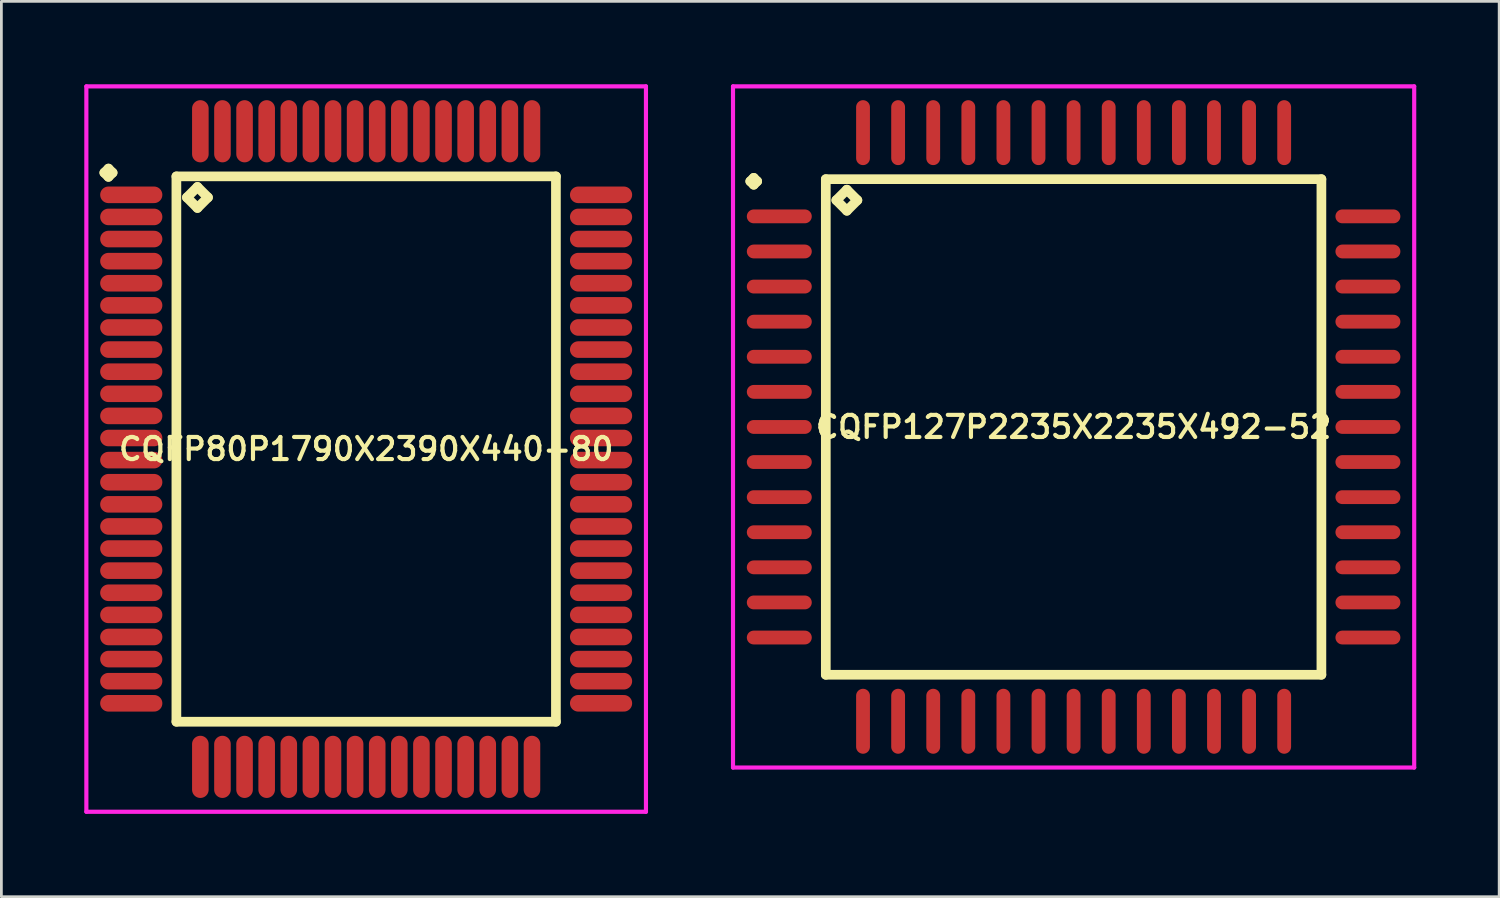
<source format=kicad_pcb>
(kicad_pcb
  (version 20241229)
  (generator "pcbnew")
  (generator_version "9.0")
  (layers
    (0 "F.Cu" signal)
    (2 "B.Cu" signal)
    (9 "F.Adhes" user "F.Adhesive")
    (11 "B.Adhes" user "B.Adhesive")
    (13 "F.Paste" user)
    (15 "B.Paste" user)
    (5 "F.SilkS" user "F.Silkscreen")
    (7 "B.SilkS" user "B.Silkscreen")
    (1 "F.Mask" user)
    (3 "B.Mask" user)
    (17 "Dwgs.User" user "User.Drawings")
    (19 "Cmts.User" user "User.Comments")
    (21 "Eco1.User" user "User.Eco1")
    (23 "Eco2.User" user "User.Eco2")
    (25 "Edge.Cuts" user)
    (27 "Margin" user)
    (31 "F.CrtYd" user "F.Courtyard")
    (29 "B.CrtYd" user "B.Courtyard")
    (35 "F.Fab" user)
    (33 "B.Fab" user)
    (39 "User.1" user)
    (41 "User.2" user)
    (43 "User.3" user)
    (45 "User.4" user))
  (footprint "CQFP80P1790X2390X440-80"
    (layer "F.Cu")
    (at 10.2 13.2)
    (property "Reference" "CQFP80P1790X2390X440-80" (at 0 0 0) (layer "F.SilkS") (effects (font (size 0.8 0.8) (thickness 0.15))))
    (attr smd)
    (fp_line (start -9.475 -10) (end -9.325 -10.15) (stroke (width 0.35) (type solid)) (layer "F.SilkS"))
    (fp_line (start -9.325 -10.15) (end -9.175 -10) (stroke (width 0.35) (type solid)) (layer "F.SilkS"))
    (fp_line (start -9.325 -9.85) (end -9.475 -10) (stroke (width 0.35) (type solid)) (layer "F.SilkS"))
    (fp_line (start -9.175 -10) (end -9.325 -9.85) (stroke (width 0.35) (type solid)) (layer "F.SilkS"))
    (fp_line (start -6.867 -9.867) (end -6.867 9.867) (stroke (width 0.35) (type solid)) (layer "F.SilkS"))
    (fp_line (start -6.867 9.867) (end 6.867 9.867) (stroke (width 0.35) (type solid)) (layer "F.SilkS"))
    (fp_line (start -6.486 -9.105) (end -6.105 -9.486) (stroke (width 0.35) (type solid)) (layer "F.SilkS"))
    (fp_line (start -6.105 -9.486) (end -5.724 -9.105) (stroke (width 0.35) (type solid)) (layer "F.SilkS"))
    (fp_line (start -6.105 -8.724) (end -6.486 -9.105) (stroke (width 0.35) (type solid)) (layer "F.SilkS"))
    (fp_line (start -5.724 -9.105) (end -6.105 -8.724) (stroke (width 0.35) (type solid)) (layer "F.SilkS"))
    (fp_line (start 6.867 -9.867) (end -6.867 -9.867) (stroke (width 0.35) (type solid)) (layer "F.SilkS"))
    (fp_line (start 6.867 9.867) (end 6.867 -9.867) (stroke (width 0.35) (type solid)) (layer "F.SilkS"))
    (fp_line (start -10.125 -13.125) (end 10.125 -13.125) (stroke (width 0.15) (type solid)) (layer "F.CrtYd"))
    (fp_line (start -10.125 13.125) (end -10.125 -13.125) (stroke (width 0.15) (type solid)) (layer "F.CrtYd"))
    (fp_line (start 10.125 -13.125) (end 10.125 13.125) (stroke (width 0.15) (type solid)) (layer "F.CrtYd"))
    (fp_line (start 10.125 13.125) (end -10.125 13.125) (stroke (width 0.15) (type solid)) (layer "F.CrtYd"))
    (pad "1" smd oval (at -8.5 -9.2) (size 2.25 0.6) (layers "F.Cu" "F.Mask" "F.Paste"))
    (pad "2" smd oval (at -8.5 -8.4) (size 2.25 0.6) (layers "F.Cu" "F.Mask" "F.Paste"))
    (pad "3" smd oval (at -8.5 -7.6) (size 2.25 0.6) (layers "F.Cu" "F.Mask" "F.Paste"))
    (pad "4" smd oval (at -8.5 -6.8) (size 2.25 0.6) (layers "F.Cu" "F.Mask" "F.Paste"))
    (pad "5" smd oval (at -8.5 -6) (size 2.25 0.6) (layers "F.Cu" "F.Mask" "F.Paste"))
    (pad "6" smd oval (at -8.5 -5.2) (size 2.25 0.6) (layers "F.Cu" "F.Mask" "F.Paste"))
    (pad "7" smd oval (at -8.5 -4.4) (size 2.25 0.6) (layers "F.Cu" "F.Mask" "F.Paste"))
    (pad "8" smd oval (at -8.5 -3.6) (size 2.25 0.6) (layers "F.Cu" "F.Mask" "F.Paste"))
    (pad "9" smd oval (at -8.5 -2.8) (size 2.25 0.6) (layers "F.Cu" "F.Mask" "F.Paste"))
    (pad "10" smd oval (at -8.5 -2) (size 2.25 0.6) (layers "F.Cu" "F.Mask" "F.Paste"))
    (pad "11" smd oval (at -8.5 -1.2) (size 2.25 0.6) (layers "F.Cu" "F.Mask" "F.Paste"))
    (pad "12" smd oval (at -8.5 -0.4) (size 2.25 0.6) (layers "F.Cu" "F.Mask" "F.Paste"))
    (pad "13" smd oval (at -8.5 0.4) (size 2.25 0.6) (layers "F.Cu" "F.Mask" "F.Paste"))
    (pad "14" smd oval (at -8.5 1.2) (size 2.25 0.6) (layers "F.Cu" "F.Mask" "F.Paste"))
    (pad "15" smd oval (at -8.5 2) (size 2.25 0.6) (layers "F.Cu" "F.Mask" "F.Paste"))
    (pad "16" smd oval (at -8.5 2.8) (size 2.25 0.6) (layers "F.Cu" "F.Mask" "F.Paste"))
    (pad "17" smd oval (at -8.5 3.6) (size 2.25 0.6) (layers "F.Cu" "F.Mask" "F.Paste"))
    (pad "18" smd oval (at -8.5 4.4) (size 2.25 0.6) (layers "F.Cu" "F.Mask" "F.Paste"))
    (pad "19" smd oval (at -8.5 5.2) (size 2.25 0.6) (layers "F.Cu" "F.Mask" "F.Paste"))
    (pad "20" smd oval (at -8.5 6) (size 2.25 0.6) (layers "F.Cu" "F.Mask" "F.Paste"))
    (pad "21" smd oval (at -8.5 6.8) (size 2.25 0.6) (layers "F.Cu" "F.Mask" "F.Paste"))
    (pad "22" smd oval (at -8.5 7.6) (size 2.25 0.6) (layers "F.Cu" "F.Mask" "F.Paste"))
    (pad "23" smd oval (at -8.5 8.4) (size 2.25 0.6) (layers "F.Cu" "F.Mask" "F.Paste"))
    (pad "24" smd oval (at -8.5 9.2) (size 2.25 0.6) (layers "F.Cu" "F.Mask" "F.Paste"))
    (pad "25" smd oval (at -6 11.5) (size 0.6 2.25) (layers "F.Cu" "F.Mask" "F.Paste"))
    (pad "26" smd oval (at -5.2 11.5) (size 0.6 2.25) (layers "F.Cu" "F.Mask" "F.Paste"))
    (pad "27" smd oval (at -4.4 11.5) (size 0.6 2.25) (layers "F.Cu" "F.Mask" "F.Paste"))
    (pad "28" smd oval (at -3.6 11.5) (size 0.6 2.25) (layers "F.Cu" "F.Mask" "F.Paste"))
    (pad "29" smd oval (at -2.8 11.5) (size 0.6 2.25) (layers "F.Cu" "F.Mask" "F.Paste"))
    (pad "30" smd oval (at -2 11.5) (size 0.6 2.25) (layers "F.Cu" "F.Mask" "F.Paste"))
    (pad "31" smd oval (at -1.2 11.5) (size 0.6 2.25) (layers "F.Cu" "F.Mask" "F.Paste"))
    (pad "32" smd oval (at -0.4 11.5) (size 0.6 2.25) (layers "F.Cu" "F.Mask" "F.Paste"))
    (pad "33" smd oval (at 0.4 11.5) (size 0.6 2.25) (layers "F.Cu" "F.Mask" "F.Paste"))
    (pad "34" smd oval (at 1.2 11.5) (size 0.6 2.25) (layers "F.Cu" "F.Mask" "F.Paste"))
    (pad "35" smd oval (at 2 11.5) (size 0.6 2.25) (layers "F.Cu" "F.Mask" "F.Paste"))
    (pad "36" smd oval (at 2.8 11.5) (size 0.6 2.25) (layers "F.Cu" "F.Mask" "F.Paste"))
    (pad "37" smd oval (at 3.6 11.5) (size 0.6 2.25) (layers "F.Cu" "F.Mask" "F.Paste"))
    (pad "38" smd oval (at 4.4 11.5) (size 0.6 2.25) (layers "F.Cu" "F.Mask" "F.Paste"))
    (pad "39" smd oval (at 5.2 11.5) (size 0.6 2.25) (layers "F.Cu" "F.Mask" "F.Paste"))
    (pad "40" smd oval (at 6 11.5) (size 0.6 2.25) (layers "F.Cu" "F.Mask" "F.Paste"))
    (pad "41" smd oval (at 8.5 9.2) (size 2.25 0.6) (layers "F.Cu" "F.Mask" "F.Paste"))
    (pad "42" smd oval (at 8.5 8.4) (size 2.25 0.6) (layers "F.Cu" "F.Mask" "F.Paste"))
    (pad "43" smd oval (at 8.5 7.6) (size 2.25 0.6) (layers "F.Cu" "F.Mask" "F.Paste"))
    (pad "44" smd oval (at 8.5 6.8) (size 2.25 0.6) (layers "F.Cu" "F.Mask" "F.Paste"))
    (pad "45" smd oval (at 8.5 6) (size 2.25 0.6) (layers "F.Cu" "F.Mask" "F.Paste"))
    (pad "46" smd oval (at 8.5 5.2) (size 2.25 0.6) (layers "F.Cu" "F.Mask" "F.Paste"))
    (pad "47" smd oval (at 8.5 4.4) (size 2.25 0.6) (layers "F.Cu" "F.Mask" "F.Paste"))
    (pad "48" smd oval (at 8.5 3.6) (size 2.25 0.6) (layers "F.Cu" "F.Mask" "F.Paste"))
    (pad "49" smd oval (at 8.5 2.8) (size 2.25 0.6) (layers "F.Cu" "F.Mask" "F.Paste"))
    (pad "50" smd oval (at 8.5 2) (size 2.25 0.6) (layers "F.Cu" "F.Mask" "F.Paste"))
    (pad "51" smd oval (at 8.5 1.2) (size 2.25 0.6) (layers "F.Cu" "F.Mask" "F.Paste"))
    (pad "52" smd oval (at 8.5 0.4) (size 2.25 0.6) (layers "F.Cu" "F.Mask" "F.Paste"))
    (pad "53" smd oval (at 8.5 -0.4) (size 2.25 0.6) (layers "F.Cu" "F.Mask" "F.Paste"))
    (pad "54" smd oval (at 8.5 -1.2) (size 2.25 0.6) (layers "F.Cu" "F.Mask" "F.Paste"))
    (pad "55" smd oval (at 8.5 -2) (size 2.25 0.6) (layers "F.Cu" "F.Mask" "F.Paste"))
    (pad "56" smd oval (at 8.5 -2.8) (size 2.25 0.6) (layers "F.Cu" "F.Mask" "F.Paste"))
    (pad "57" smd oval (at 8.5 -3.6) (size 2.25 0.6) (layers "F.Cu" "F.Mask" "F.Paste"))
    (pad "58" smd oval (at 8.5 -4.4) (size 2.25 0.6) (layers "F.Cu" "F.Mask" "F.Paste"))
    (pad "59" smd oval (at 8.5 -5.2) (size 2.25 0.6) (layers "F.Cu" "F.Mask" "F.Paste"))
    (pad "60" smd oval (at 8.5 -6) (size 2.25 0.6) (layers "F.Cu" "F.Mask" "F.Paste"))
    (pad "61" smd oval (at 8.5 -6.8) (size 2.25 0.6) (layers "F.Cu" "F.Mask" "F.Paste"))
    (pad "62" smd oval (at 8.5 -7.6) (size 2.25 0.6) (layers "F.Cu" "F.Mask" "F.Paste"))
    (pad "63" smd oval (at 8.5 -8.4) (size 2.25 0.6) (layers "F.Cu" "F.Mask" "F.Paste"))
    (pad "64" smd oval (at 8.5 -9.2) (size 2.25 0.6) (layers "F.Cu" "F.Mask" "F.Paste"))
    (pad "65" smd oval (at 6 -11.5) (size 0.6 2.25) (layers "F.Cu" "F.Mask" "F.Paste"))
    (pad "66" smd oval (at 5.2 -11.5) (size 0.6 2.25) (layers "F.Cu" "F.Mask" "F.Paste"))
    (pad "67" smd oval (at 4.4 -11.5) (size 0.6 2.25) (layers "F.Cu" "F.Mask" "F.Paste"))
    (pad "68" smd oval (at 3.6 -11.5) (size 0.6 2.25) (layers "F.Cu" "F.Mask" "F.Paste"))
    (pad "69" smd oval (at 2.8 -11.5) (size 0.6 2.25) (layers "F.Cu" "F.Mask" "F.Paste"))
    (pad "70" smd oval (at 2 -11.5) (size 0.6 2.25) (layers "F.Cu" "F.Mask" "F.Paste"))
    (pad "71" smd oval (at 1.2 -11.5) (size 0.6 2.25) (layers "F.Cu" "F.Mask" "F.Paste"))
    (pad "72" smd oval (at 0.4 -11.5) (size 0.6 2.25) (layers "F.Cu" "F.Mask" "F.Paste"))
    (pad "73" smd oval (at -0.4 -11.5) (size 0.6 2.25) (layers "F.Cu" "F.Mask" "F.Paste"))
    (pad "74" smd oval (at -1.2 -11.5) (size 0.6 2.25) (layers "F.Cu" "F.Mask" "F.Paste"))
    (pad "75" smd oval (at -2 -11.5) (size 0.6 2.25) (layers "F.Cu" "F.Mask" "F.Paste"))
    (pad "76" smd oval (at -2.8 -11.5) (size 0.6 2.25) (layers "F.Cu" "F.Mask" "F.Paste"))
    (pad "77" smd oval (at -3.6 -11.5) (size 0.6 2.25) (layers "F.Cu" "F.Mask" "F.Paste"))
    (pad "78" smd oval (at -4.4 -11.5) (size 0.6 2.25) (layers "F.Cu" "F.Mask" "F.Paste"))
    (pad "79" smd oval (at -5.2 -11.5) (size 0.6 2.25) (layers "F.Cu" "F.Mask" "F.Paste"))
    (pad "80" smd oval (at -6 -11.5) (size 0.6 2.25) (layers "F.Cu" "F.Mask" "F.Paste")))
  (footprint "CQFP127P2235X2235X492-52"
    (layer "F.Cu")
    (at 35.8 12.4)
    (property "Reference" "CQFP127P2235X2235X492-52" (at 0 0 0) (layer "F.SilkS") (effects (font (size 0.8 0.8) (thickness 0.15))))
    (attr smd)
    (fp_line (start -11.7 -8.89) (end -11.575 -9.015) (stroke (width 0.35) (type solid)) (layer "F.SilkS"))
    (fp_line (start -11.575 -9.015) (end -11.45 -8.89) (stroke (width 0.35) (type solid)) (layer "F.SilkS"))
    (fp_line (start -11.575 -8.765) (end -11.7 -8.89) (stroke (width 0.35) (type solid)) (layer "F.SilkS"))
    (fp_line (start -11.45 -8.89) (end -11.575 -8.765) (stroke (width 0.35) (type solid)) (layer "F.SilkS"))
    (fp_line (start -8.967 -8.967) (end -8.967 8.967) (stroke (width 0.35) (type solid)) (layer "F.SilkS"))
    (fp_line (start -8.967 8.967) (end 8.967 8.967) (stroke (width 0.35) (type solid)) (layer "F.SilkS"))
    (fp_line (start -8.586 -8.205) (end -8.205 -8.586) (stroke (width 0.35) (type solid)) (layer "F.SilkS"))
    (fp_line (start -8.205 -8.586) (end -7.824 -8.205) (stroke (width 0.35) (type solid)) (layer "F.SilkS"))
    (fp_line (start -8.205 -7.824) (end -8.586 -8.205) (stroke (width 0.35) (type solid)) (layer "F.SilkS"))
    (fp_line (start -7.824 -8.205) (end -8.205 -7.824) (stroke (width 0.35) (type solid)) (layer "F.SilkS"))
    (fp_line (start 8.967 -8.967) (end -8.967 -8.967) (stroke (width 0.35) (type solid)) (layer "F.SilkS"))
    (fp_line (start 8.967 8.967) (end 8.967 -8.967) (stroke (width 0.35) (type solid)) (layer "F.SilkS"))
    (fp_line (start -12.325 -12.325) (end 12.325 -12.325) (stroke (width 0.15) (type solid)) (layer "F.CrtYd"))
    (fp_line (start -12.325 12.325) (end -12.325 -12.325) (stroke (width 0.15) (type solid)) (layer "F.CrtYd"))
    (fp_line (start 12.325 -12.325) (end 12.325 12.325) (stroke (width 0.15) (type solid)) (layer "F.CrtYd"))
    (fp_line (start 12.325 12.325) (end -12.325 12.325) (stroke (width 0.15) (type solid)) (layer "F.CrtYd"))
    (pad "1" smd oval (at -10.65 -7.62) (size 2.35 0.5) (layers "F.Cu" "F.Mask" "F.Paste"))
    (pad "2" smd oval (at -10.65 -6.35) (size 2.35 0.5) (layers "F.Cu" "F.Mask" "F.Paste"))
    (pad "3" smd oval (at -10.65 -5.08) (size 2.35 0.5) (layers "F.Cu" "F.Mask" "F.Paste"))
    (pad "4" smd oval (at -10.65 -3.81) (size 2.35 0.5) (layers "F.Cu" "F.Mask" "F.Paste"))
    (pad "5" smd oval (at -10.65 -2.54) (size 2.35 0.5) (layers "F.Cu" "F.Mask" "F.Paste"))
    (pad "6" smd oval (at -10.65 -1.27) (size 2.35 0.5) (layers "F.Cu" "F.Mask" "F.Paste"))
    (pad "7" smd oval (at -10.65 0) (size 2.35 0.5) (layers "F.Cu" "F.Mask" "F.Paste"))
    (pad "8" smd oval (at -10.65 1.27) (size 2.35 0.5) (layers "F.Cu" "F.Mask" "F.Paste"))
    (pad "9" smd oval (at -10.65 2.54) (size 2.35 0.5) (layers "F.Cu" "F.Mask" "F.Paste"))
    (pad "10" smd oval (at -10.65 3.81) (size 2.35 0.5) (layers "F.Cu" "F.Mask" "F.Paste"))
    (pad "11" smd oval (at -10.65 5.08) (size 2.35 0.5) (layers "F.Cu" "F.Mask" "F.Paste"))
    (pad "12" smd oval (at -10.65 6.35) (size 2.35 0.5) (layers "F.Cu" "F.Mask" "F.Paste"))
    (pad "13" smd oval (at -10.65 7.62) (size 2.35 0.5) (layers "F.Cu" "F.Mask" "F.Paste"))
    (pad "14" smd oval (at -7.62 10.65) (size 0.5 2.35) (layers "F.Cu" "F.Mask" "F.Paste"))
    (pad "15" smd oval (at -6.35 10.65) (size 0.5 2.35) (layers "F.Cu" "F.Mask" "F.Paste"))
    (pad "16" smd oval (at -5.08 10.65) (size 0.5 2.35) (layers "F.Cu" "F.Mask" "F.Paste"))
    (pad "17" smd oval (at -3.81 10.65) (size 0.5 2.35) (layers "F.Cu" "F.Mask" "F.Paste"))
    (pad "18" smd oval (at -2.54 10.65) (size 0.5 2.35) (layers "F.Cu" "F.Mask" "F.Paste"))
    (pad "19" smd oval (at -1.27 10.65) (size 0.5 2.35) (layers "F.Cu" "F.Mask" "F.Paste"))
    (pad "20" smd oval (at 0 10.65) (size 0.5 2.35) (layers "F.Cu" "F.Mask" "F.Paste"))
    (pad "21" smd oval (at 1.27 10.65) (size 0.5 2.35) (layers "F.Cu" "F.Mask" "F.Paste"))
    (pad "22" smd oval (at 2.54 10.65) (size 0.5 2.35) (layers "F.Cu" "F.Mask" "F.Paste"))
    (pad "23" smd oval (at 3.81 10.65) (size 0.5 2.35) (layers "F.Cu" "F.Mask" "F.Paste"))
    (pad "24" smd oval (at 5.08 10.65) (size 0.5 2.35) (layers "F.Cu" "F.Mask" "F.Paste"))
    (pad "25" smd oval (at 6.35 10.65) (size 0.5 2.35) (layers "F.Cu" "F.Mask" "F.Paste"))
    (pad "26" smd oval (at 7.62 10.65) (size 0.5 2.35) (layers "F.Cu" "F.Mask" "F.Paste"))
    (pad "27" smd oval (at 10.65 7.62) (size 2.35 0.5) (layers "F.Cu" "F.Mask" "F.Paste"))
    (pad "28" smd oval (at 10.65 6.35) (size 2.35 0.5) (layers "F.Cu" "F.Mask" "F.Paste"))
    (pad "29" smd oval (at 10.65 5.08) (size 2.35 0.5) (layers "F.Cu" "F.Mask" "F.Paste"))
    (pad "30" smd oval (at 10.65 3.81) (size 2.35 0.5) (layers "F.Cu" "F.Mask" "F.Paste"))
    (pad "31" smd oval (at 10.65 2.54) (size 2.35 0.5) (layers "F.Cu" "F.Mask" "F.Paste"))
    (pad "32" smd oval (at 10.65 1.27) (size 2.35 0.5) (layers "F.Cu" "F.Mask" "F.Paste"))
    (pad "33" smd oval (at 10.65 0) (size 2.35 0.5) (layers "F.Cu" "F.Mask" "F.Paste"))
    (pad "34" smd oval (at 10.65 -1.27) (size 2.35 0.5) (layers "F.Cu" "F.Mask" "F.Paste"))
    (pad "35" smd oval (at 10.65 -2.54) (size 2.35 0.5) (layers "F.Cu" "F.Mask" "F.Paste"))
    (pad "36" smd oval (at 10.65 -3.81) (size 2.35 0.5) (layers "F.Cu" "F.Mask" "F.Paste"))
    (pad "37" smd oval (at 10.65 -5.08) (size 2.35 0.5) (layers "F.Cu" "F.Mask" "F.Paste"))
    (pad "38" smd oval (at 10.65 -6.35) (size 2.35 0.5) (layers "F.Cu" "F.Mask" "F.Paste"))
    (pad "39" smd oval (at 10.65 -7.62) (size 2.35 0.5) (layers "F.Cu" "F.Mask" "F.Paste"))
    (pad "40" smd oval (at 7.62 -10.65) (size 0.5 2.35) (layers "F.Cu" "F.Mask" "F.Paste"))
    (pad "41" smd oval (at 6.35 -10.65) (size 0.5 2.35) (layers "F.Cu" "F.Mask" "F.Paste"))
    (pad "42" smd oval (at 5.08 -10.65) (size 0.5 2.35) (layers "F.Cu" "F.Mask" "F.Paste"))
    (pad "43" smd oval (at 3.81 -10.65) (size 0.5 2.35) (layers "F.Cu" "F.Mask" "F.Paste"))
    (pad "44" smd oval (at 2.54 -10.65) (size 0.5 2.35) (layers "F.Cu" "F.Mask" "F.Paste"))
    (pad "45" smd oval (at 1.27 -10.65) (size 0.5 2.35) (layers "F.Cu" "F.Mask" "F.Paste"))
    (pad "46" smd oval (at 0 -10.65) (size 0.5 2.35) (layers "F.Cu" "F.Mask" "F.Paste"))
    (pad "47" smd oval (at -1.27 -10.65) (size 0.5 2.35) (layers "F.Cu" "F.Mask" "F.Paste"))
    (pad "48" smd oval (at -2.54 -10.65) (size 0.5 2.35) (layers "F.Cu" "F.Mask" "F.Paste"))
    (pad "49" smd oval (at -3.81 -10.65) (size 0.5 2.35) (layers "F.Cu" "F.Mask" "F.Paste"))
    (pad "50" smd oval (at -5.08 -10.65) (size 0.5 2.35) (layers "F.Cu" "F.Mask" "F.Paste"))
    (pad "51" smd oval (at -6.35 -10.65) (size 0.5 2.35) (layers "F.Cu" "F.Mask" "F.Paste"))
    (pad "52" smd oval (at -7.62 -10.65) (size 0.5 2.35) (layers "F.Cu" "F.Mask" "F.Paste")))
  (gr_rect
    (start -3 -3)
    (end 51.2 29.4)
    (stroke (width 0.1) (type default))
    (fill no)
    (layer "Edge.Cuts")))
</source>
